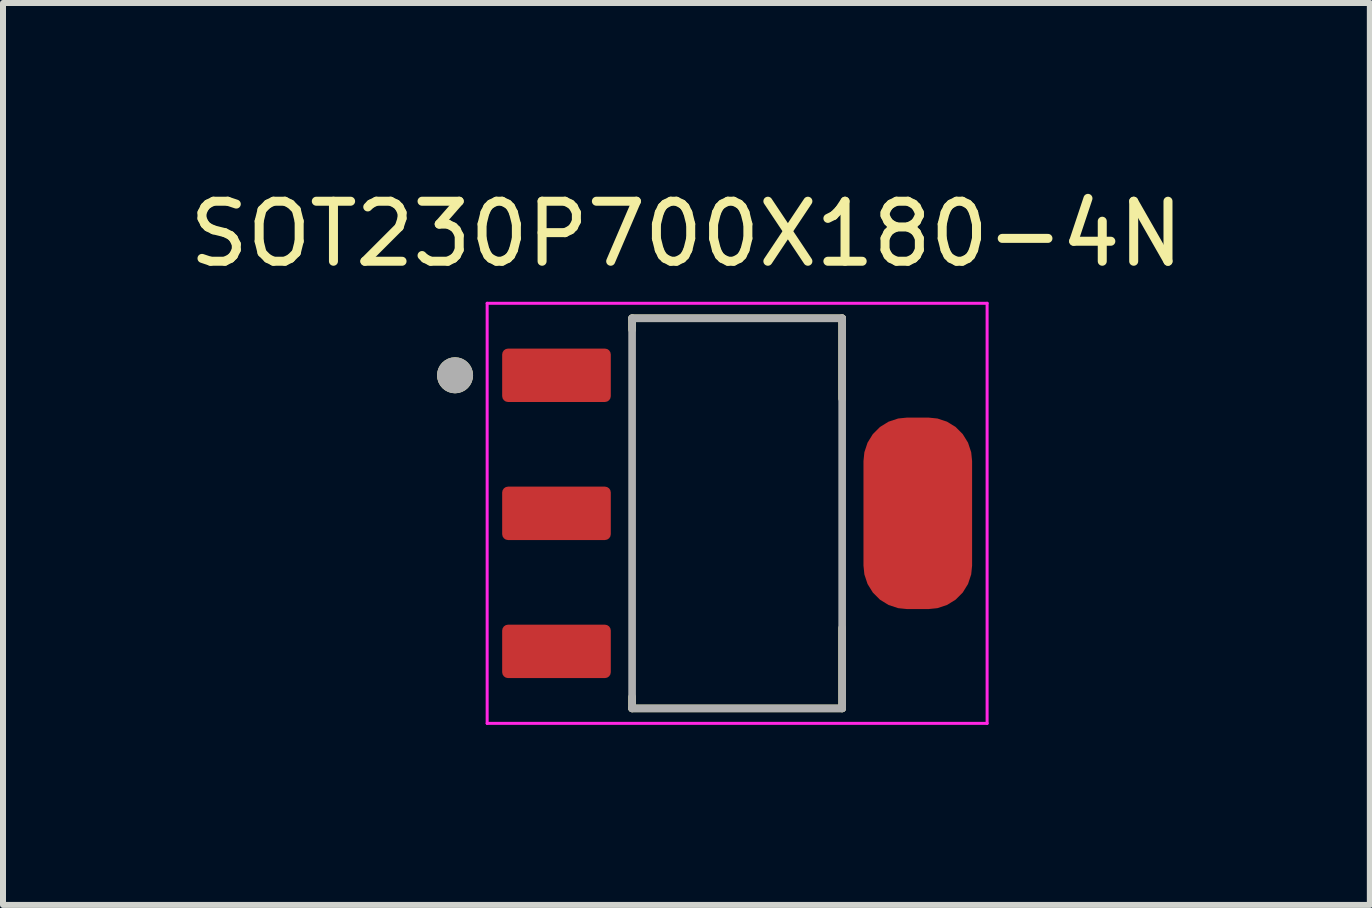
<source format=kicad_pcb>
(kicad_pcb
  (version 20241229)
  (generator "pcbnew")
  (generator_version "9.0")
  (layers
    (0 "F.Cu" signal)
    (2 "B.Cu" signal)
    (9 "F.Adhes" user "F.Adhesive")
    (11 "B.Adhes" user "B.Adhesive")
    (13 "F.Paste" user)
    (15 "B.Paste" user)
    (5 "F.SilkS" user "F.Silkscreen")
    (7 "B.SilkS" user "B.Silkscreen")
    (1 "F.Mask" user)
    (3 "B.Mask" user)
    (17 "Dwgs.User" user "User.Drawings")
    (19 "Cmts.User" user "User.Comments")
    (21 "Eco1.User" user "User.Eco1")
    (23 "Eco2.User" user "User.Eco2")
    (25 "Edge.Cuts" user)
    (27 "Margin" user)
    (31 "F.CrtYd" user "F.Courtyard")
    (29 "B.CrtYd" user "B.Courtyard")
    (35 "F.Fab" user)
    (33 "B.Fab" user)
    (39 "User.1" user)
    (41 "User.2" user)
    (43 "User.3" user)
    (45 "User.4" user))
  (footprint "SOT230P700X180-4N"
    (layer "F.Cu")
    (at 9.232 5.503)
    (property "Reference" "SOT230P700X180-4N" (at -0.845 -4.655 0) (layer "F.SilkS") (effects (font (size 1 1) (thickness 0.15))))
    (attr smd)
    (fp_line (start -1.75 -3.25) (end 1.75 -3.25) (stroke (width 0.127) (type solid)) (layer "F.SilkS"))
    (fp_line (start -1.75 -3.06) (end -1.75 -3.25) (stroke (width 0.127) (type solid)) (layer "F.SilkS"))
    (fp_line (start -1.75 3.25) (end -1.75 3.06) (stroke (width 0.127) (type solid)) (layer "F.SilkS"))
    (fp_line (start 1.75 -3.25) (end 1.75 -1.91) (stroke (width 0.127) (type solid)) (layer "F.SilkS"))
    (fp_line (start 1.75 1.91) (end 1.75 3.25) (stroke (width 0.127) (type solid)) (layer "F.SilkS"))
    (fp_line (start 1.75 3.25) (end -1.75 3.25) (stroke (width 0.127) (type solid)) (layer "F.SilkS"))
    (fp_circle (center -4.7 -2.3) (end -4.55 -2.3) (stroke (width 0.3) (type solid)) (fill no) (layer "F.SilkS"))
    (fp_line (start -4.165 -3.5) (end 4.165 -3.5) (stroke (width 0.05) (type solid)) (layer "F.CrtYd"))
    (fp_line (start -4.165 3.5) (end -4.165 -3.5) (stroke (width 0.05) (type solid)) (layer "F.CrtYd"))
    (fp_line (start 4.165 -3.5) (end 4.165 3.5) (stroke (width 0.05) (type solid)) (layer "F.CrtYd"))
    (fp_line (start 4.165 3.5) (end -4.165 3.5) (stroke (width 0.05) (type solid)) (layer "F.CrtYd"))
    (fp_line (start -1.75 -3.25) (end 1.75 -3.25) (stroke (width 0.127) (type solid)) (layer "F.Fab"))
    (fp_line (start -1.75 3.25) (end -1.75 -3.25) (stroke (width 0.127) (type solid)) (layer "F.Fab"))
    (fp_line (start 1.75 -3.25) (end 1.75 3.25) (stroke (width 0.127) (type solid)) (layer "F.Fab"))
    (fp_line (start 1.75 3.25) (end -1.75 3.25) (stroke (width 0.127) (type solid)) (layer "F.Fab"))
    (fp_circle (center -4.7 -2.3) (end -4.55 -2.3) (stroke (width 0.3) (type solid)) (fill no) (layer "F.Fab"))
    (pad "1" smd roundrect (at -3.01 -2.3) (size 1.81 0.89) (layers "F.Cu" "F.Mask" "F.Paste") (roundrect_rratio 0.11))
    (pad "2" smd roundrect (at -3.01 0) (size 1.81 0.89) (layers "F.Cu" "F.Mask" "F.Paste") (roundrect_rratio 0.11))
    (pad "3" smd roundrect (at -3.01 2.3) (size 1.81 0.89) (layers "F.Cu" "F.Mask" "F.Paste") (roundrect_rratio 0.11))
    (pad "4" smd roundrect (at 3.01 0) (size 1.81 3.19) (layers "F.Cu" "F.Mask" "F.Paste") (roundrect_rratio 0.4)))
  (gr_rect
    (start -3 -3)
    (end 19.774 12.028)
    (stroke (width 0.1) (type default))
    (fill no)
    (layer "Edge.Cuts")))
</source>
